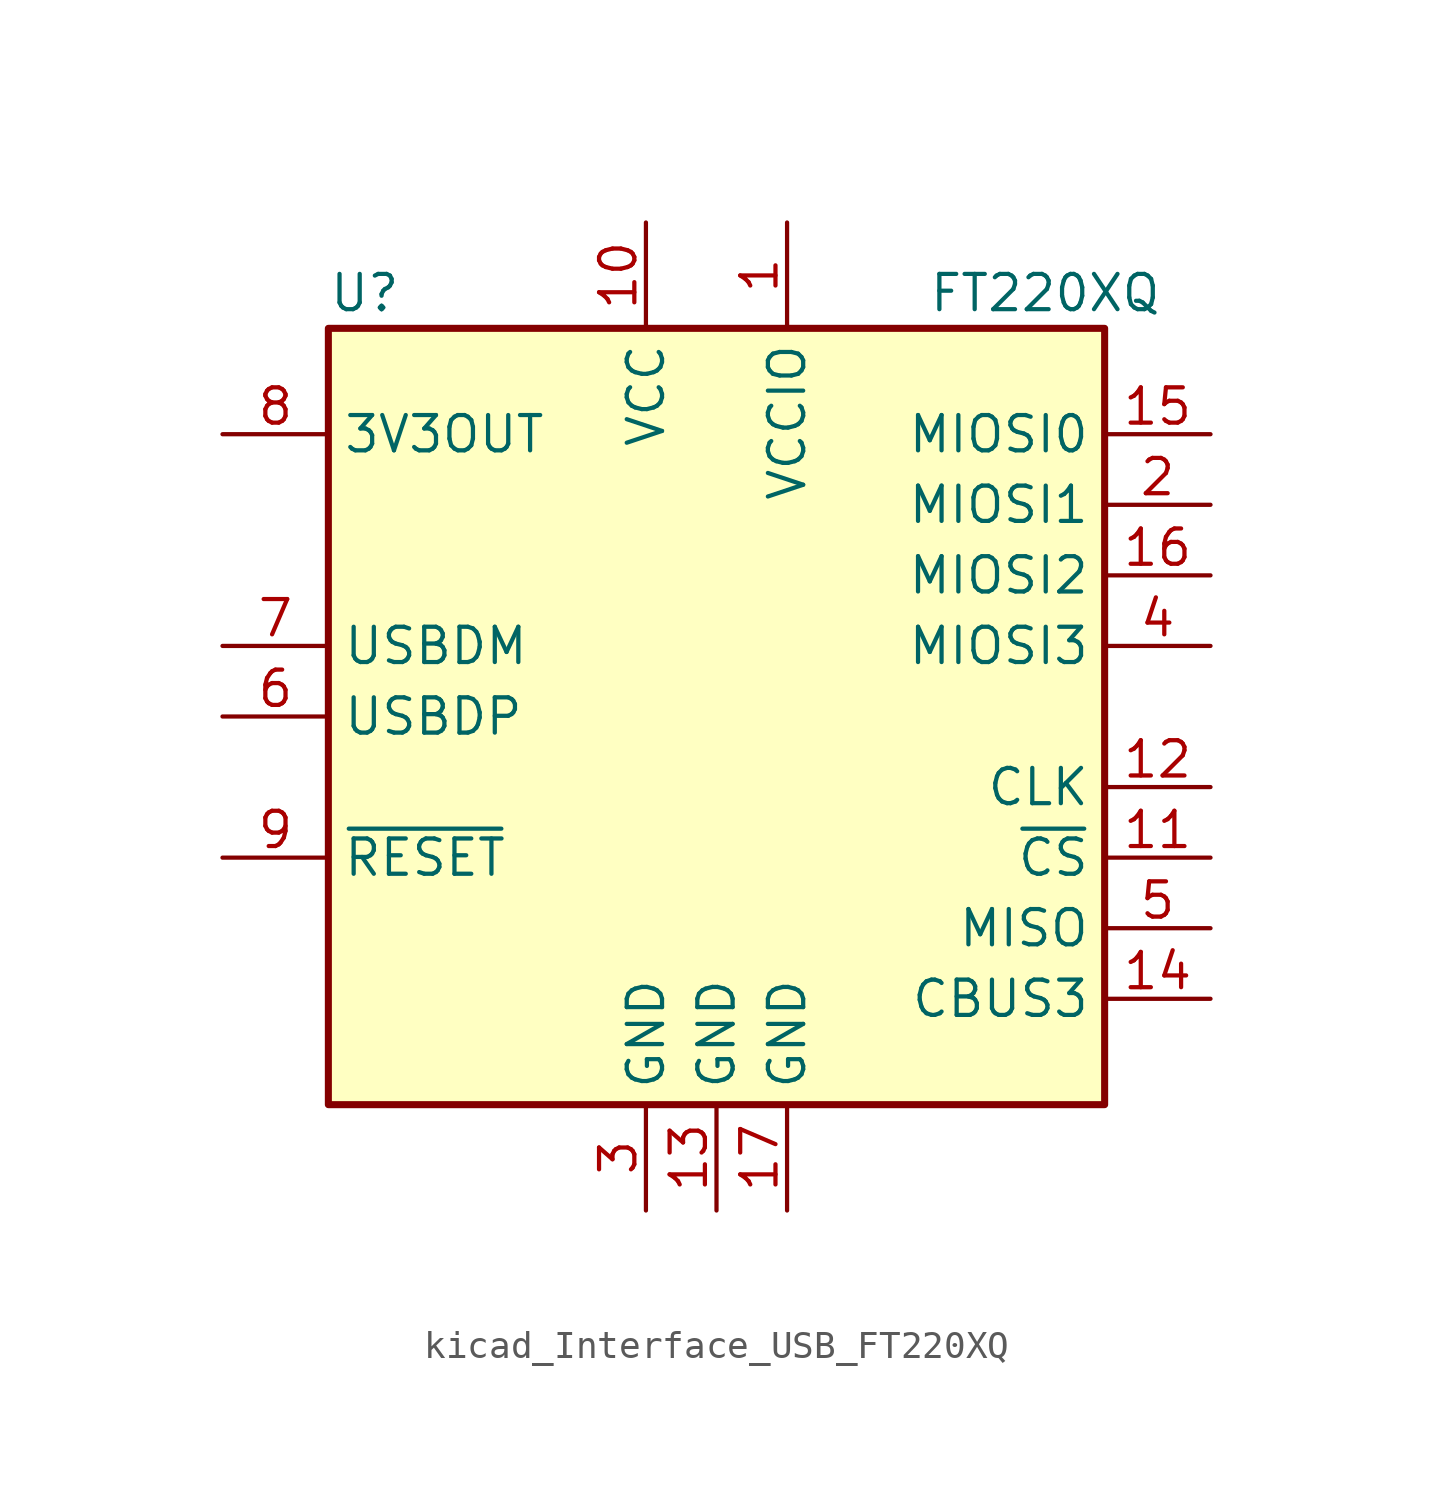
<source format=kicad_sym>
(kicad_symbol_lib
  (version 20220914)
  (generator kicad_symbol_editor)
  (symbol "kicad_Interface_USB_FT220XQ"
    (property "Reference" "U"
      (at -13.97 15.24 0)
      (effects (font (size 1.27 1.27)) (justify left)))
    (property "Value" "FT220XQ"
      (at 7.62 15.24 0)
      (effects (font (size 1.27 1.27)) (justify left)))
    (symbol "kicad_Interface_USB_FT220XQ_0_1"
      (rectangle (start -13.97 13.97) (end 13.97 -13.97) (stroke (width 0.254) (type default)) (fill (type background))))
    (symbol "kicad_Interface_USB_FT220XQ_1_1"
      (pin power_in line (at 2.54 17.78 270) (length 3.81) (name "VCCIO" (effects (font (size 1.27 1.27)))) (number "1" (effects (font (size 1.27 1.27)))))
      (pin power_in line (at -2.54 17.78 270) (length 3.81) (name "VCC" (effects (font (size 1.27 1.27)))) (number "10" (effects (font (size 1.27 1.27)))))
      (pin input line (at 17.78 -5.08 180) (length 3.81) (name "~{CS}" (effects (font (size 1.27 1.27)))) (number "11" (effects (font (size 1.27 1.27)))))
      (pin input line (at 17.78 -2.54 180) (length 3.81) (name "CLK" (effects (font (size 1.27 1.27)))) (number "12" (effects (font (size 1.27 1.27)))))
      (pin power_in line (at 0 -17.78 90) (length 3.81) (name "GND" (effects (font (size 1.27 1.27)))) (number "13" (effects (font (size 1.27 1.27)))))
      (pin bidirectional line (at 17.78 -10.16 180) (length 3.81) (name "CBUS3" (effects (font (size 1.27 1.27)))) (number "14" (effects (font (size 1.27 1.27)))))
      (pin input line (at 17.78 10.16 180) (length 3.81) (name "MIOSI0" (effects (font (size 1.27 1.27)))) (number "15" (effects (font (size 1.27 1.27)))))
      (pin input line (at 17.78 5.08 180) (length 3.81) (name "MIOSI2" (effects (font (size 1.27 1.27)))) (number "16" (effects (font (size 1.27 1.27)))))
      (pin power_in line (at 2.54 -17.78 90) (length 3.81) (name "GND" (effects (font (size 1.27 1.27)))) (number "17" (effects (font (size 1.27 1.27)))))
      (pin input line (at 17.78 7.62 180) (length 3.81) (name "MIOSI1" (effects (font (size 1.27 1.27)))) (number "2" (effects (font (size 1.27 1.27)))))
      (pin power_in line (at -2.54 -17.78 90) (length 3.81) (name "GND" (effects (font (size 1.27 1.27)))) (number "3" (effects (font (size 1.27 1.27)))))
      (pin input line (at 17.78 2.54 180) (length 3.81) (name "MIOSI3" (effects (font (size 1.27 1.27)))) (number "4" (effects (font (size 1.27 1.27)))))
      (pin input line (at 17.78 -7.62 180) (length 3.81) (name "MISO" (effects (font (size 1.27 1.27)))) (number "5" (effects (font (size 1.27 1.27)))))
      (pin bidirectional line (at -17.78 0 0) (length 3.81) (name "USBDP" (effects (font (size 1.27 1.27)))) (number "6" (effects (font (size 1.27 1.27)))))
      (pin bidirectional line (at -17.78 2.54 0) (length 3.81) (name "USBDM" (effects (font (size 1.27 1.27)))) (number "7" (effects (font (size 1.27 1.27)))))
      (pin power_out line (at -17.78 10.16 0) (length 3.81) (name "3V3OUT" (effects (font (size 1.27 1.27)))) (number "8" (effects (font (size 1.27 1.27)))))
      (pin input line (at -17.78 -5.08 0) (length 3.81) (name "~{RESET}" (effects (font (size 1.27 1.27)))) (number "9" (effects (font (size 1.27 1.27))))))))
</source>
